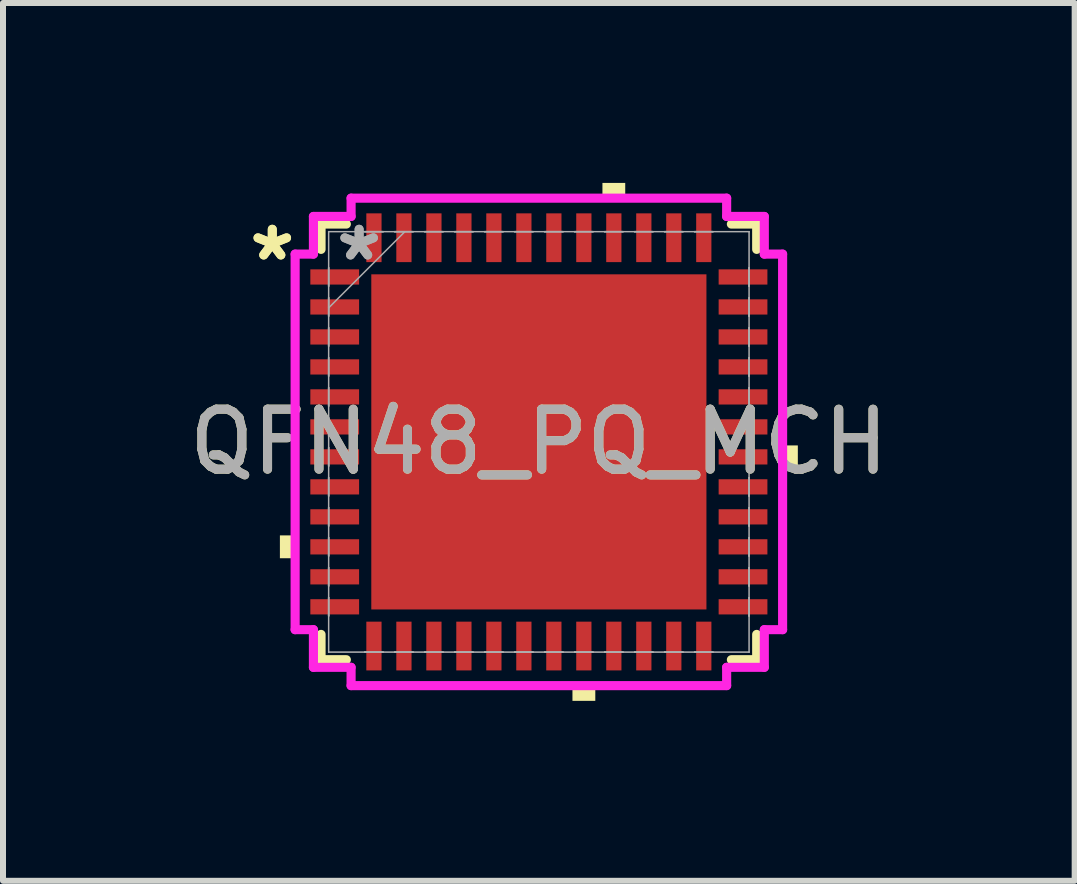
<source format=kicad_pcb>
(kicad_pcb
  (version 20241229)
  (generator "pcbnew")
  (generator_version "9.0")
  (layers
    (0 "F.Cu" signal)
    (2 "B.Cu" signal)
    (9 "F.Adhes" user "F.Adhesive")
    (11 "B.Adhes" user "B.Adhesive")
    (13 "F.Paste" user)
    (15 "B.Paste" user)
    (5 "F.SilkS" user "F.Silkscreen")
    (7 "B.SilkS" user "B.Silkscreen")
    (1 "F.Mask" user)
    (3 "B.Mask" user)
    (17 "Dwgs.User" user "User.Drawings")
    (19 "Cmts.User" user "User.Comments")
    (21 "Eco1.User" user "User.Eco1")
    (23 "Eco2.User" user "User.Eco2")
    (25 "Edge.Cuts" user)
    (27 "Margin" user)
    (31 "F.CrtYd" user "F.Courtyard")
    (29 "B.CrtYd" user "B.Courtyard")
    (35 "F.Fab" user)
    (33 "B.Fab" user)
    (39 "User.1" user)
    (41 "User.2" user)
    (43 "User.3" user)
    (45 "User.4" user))
  (footprint "QFN48_PQ_MCH"
    (layer "F.Cu")
    (at 5.935 4.318)
    (property "Reference" "QFN48_PQ_MCH" (at 0 0 0) (unlocked yes) (layer "F.SilkS") (effects (font (size 1 1) (thickness 0.15))))
    (attr smd)
    (fp_line (start -3.632 -3.632) (end -3.632 -3.21) (stroke (width 0.152) (type solid)) (layer "F.SilkS"))
    (fp_line (start -3.632 3.21) (end -3.632 3.632) (stroke (width 0.152) (type solid)) (layer "F.SilkS"))
    (fp_line (start -3.632 3.632) (end -3.21 3.632) (stroke (width 0.152) (type solid)) (layer "F.SilkS"))
    (fp_line (start -3.21 -3.632) (end -3.632 -3.632) (stroke (width 0.152) (type solid)) (layer "F.SilkS"))
    (fp_line (start 3.21 3.632) (end 3.632 3.632) (stroke (width 0.152) (type solid)) (layer "F.SilkS"))
    (fp_line (start 3.632 -3.632) (end 3.21 -3.632) (stroke (width 0.152) (type solid)) (layer "F.SilkS"))
    (fp_line (start 3.632 -3.21) (end 3.632 -3.632) (stroke (width 0.152) (type solid)) (layer "F.SilkS"))
    (fp_line (start 3.632 3.632) (end 3.632 3.21) (stroke (width 0.152) (type solid)) (layer "F.SilkS"))
    (fp_poly (pts (xy -4.318 1.559) (xy -4.318 1.94) (xy -4.064 1.94) (xy -4.064 1.559)) (stroke (width 0) (type solid)) (fill yes) (layer "F.SilkS"))
    (fp_poly (pts (xy 0.56 4.064) (xy 0.56 4.318) (xy 0.941 4.318) (xy 0.941 4.064)) (stroke (width 0) (type solid)) (fill yes) (layer "F.SilkS"))
    (fp_poly (pts (xy 1.06 -4.064) (xy 1.06 -4.318) (xy 1.44 -4.318) (xy 1.44 -4.064)) (stroke (width 0) (type solid)) (fill yes) (layer "F.SilkS"))
    (fp_poly (pts (xy 4.318 0.059) (xy 4.318 0.441) (xy 4.064 0.441) (xy 4.064 0.059)) (stroke (width 0) (type solid)) (fill yes) (layer "F.SilkS"))
    (fp_poly (pts (xy -2.694 -2.694) (xy -2.694 -1.497) (xy -1.497 -1.497) (xy -1.497 -2.694)) (stroke (width 0) (type solid)) (fill yes) (layer "F.Paste"))
    (fp_poly (pts (xy -2.694 -1.297) (xy -2.694 -0.1) (xy -1.497 -0.1) (xy -1.497 -1.297)) (stroke (width 0) (type solid)) (fill yes) (layer "F.Paste"))
    (fp_poly (pts (xy -2.694 0.1) (xy -2.694 1.297) (xy -1.497 1.297) (xy -1.497 0.1)) (stroke (width 0) (type solid)) (fill yes) (layer "F.Paste"))
    (fp_poly (pts (xy -2.694 1.497) (xy -2.694 2.694) (xy -1.497 2.694) (xy -1.497 1.497)) (stroke (width 0) (type solid)) (fill yes) (layer "F.Paste"))
    (fp_poly (pts (xy -1.297 -2.694) (xy -1.297 -1.497) (xy -0.1 -1.497) (xy -0.1 -2.694)) (stroke (width 0) (type solid)) (fill yes) (layer "F.Paste"))
    (fp_poly (pts (xy -1.297 -1.297) (xy -1.297 -0.1) (xy -0.1 -0.1) (xy -0.1 -1.297)) (stroke (width 0) (type solid)) (fill yes) (layer "F.Paste"))
    (fp_poly (pts (xy -1.297 0.1) (xy -1.297 1.297) (xy -0.1 1.297) (xy -0.1 0.1)) (stroke (width 0) (type solid)) (fill yes) (layer "F.Paste"))
    (fp_poly (pts (xy -1.297 1.497) (xy -1.297 2.694) (xy -0.1 2.694) (xy -0.1 1.497)) (stroke (width 0) (type solid)) (fill yes) (layer "F.Paste"))
    (fp_poly (pts (xy 0.1 -2.694) (xy 0.1 -1.497) (xy 1.297 -1.497) (xy 1.297 -2.694)) (stroke (width 0) (type solid)) (fill yes) (layer "F.Paste"))
    (fp_poly (pts (xy 0.1 -1.297) (xy 0.1 -0.1) (xy 1.297 -0.1) (xy 1.297 -1.297)) (stroke (width 0) (type solid)) (fill yes) (layer "F.Paste"))
    (fp_poly (pts (xy 0.1 0.1) (xy 0.1 1.297) (xy 1.297 1.297) (xy 1.297 0.1)) (stroke (width 0) (type solid)) (fill yes) (layer "F.Paste"))
    (fp_poly (pts (xy 0.1 1.497) (xy 0.1 2.694) (xy 1.297 2.694) (xy 1.297 1.497)) (stroke (width 0) (type solid)) (fill yes) (layer "F.Paste"))
    (fp_poly (pts (xy 1.497 -2.694) (xy 1.497 -1.497) (xy 2.694 -1.497) (xy 2.694 -2.694)) (stroke (width 0) (type solid)) (fill yes) (layer "F.Paste"))
    (fp_poly (pts (xy 1.497 -1.297) (xy 1.497 -0.1) (xy 2.694 -0.1) (xy 2.694 -1.297)) (stroke (width 0) (type solid)) (fill yes) (layer "F.Paste"))
    (fp_poly (pts (xy 1.497 0.1) (xy 1.497 1.297) (xy 2.694 1.297) (xy 2.694 0.1)) (stroke (width 0) (type solid)) (fill yes) (layer "F.Paste"))
    (fp_poly (pts (xy 1.497 1.497) (xy 1.497 2.694) (xy 2.694 2.694) (xy 2.694 1.497)) (stroke (width 0) (type solid)) (fill yes) (layer "F.Paste"))
    (fp_line (start -4.064 -3.131) (end -3.759 -3.131) (stroke (width 0.152) (type solid)) (layer "F.CrtYd"))
    (fp_line (start -4.064 3.131) (end -4.064 -3.131) (stroke (width 0.152) (type solid)) (layer "F.CrtYd"))
    (fp_line (start -3.759 -3.759) (end -3.131 -3.759) (stroke (width 0.152) (type solid)) (layer "F.CrtYd"))
    (fp_line (start -3.759 -3.131) (end -3.759 -3.759) (stroke (width 0.152) (type solid)) (layer "F.CrtYd"))
    (fp_line (start -3.759 3.131) (end -4.064 3.131) (stroke (width 0.152) (type solid)) (layer "F.CrtYd"))
    (fp_line (start -3.759 3.759) (end -3.759 3.131) (stroke (width 0.152) (type solid)) (layer "F.CrtYd"))
    (fp_line (start -3.131 -4.064) (end 3.131 -4.064) (stroke (width 0.152) (type solid)) (layer "F.CrtYd"))
    (fp_line (start -3.131 -3.759) (end -3.131 -4.064) (stroke (width 0.152) (type solid)) (layer "F.CrtYd"))
    (fp_line (start -3.131 3.759) (end -3.759 3.759) (stroke (width 0.152) (type solid)) (layer "F.CrtYd"))
    (fp_line (start -3.131 4.064) (end -3.131 3.759) (stroke (width 0.152) (type solid)) (layer "F.CrtYd"))
    (fp_line (start 3.131 -4.064) (end 3.131 -3.759) (stroke (width 0.152) (type solid)) (layer "F.CrtYd"))
    (fp_line (start 3.131 -3.759) (end 3.759 -3.759) (stroke (width 0.152) (type solid)) (layer "F.CrtYd"))
    (fp_line (start 3.131 3.759) (end 3.131 4.064) (stroke (width 0.152) (type solid)) (layer "F.CrtYd"))
    (fp_line (start 3.131 4.064) (end -3.131 4.064) (stroke (width 0.152) (type solid)) (layer "F.CrtYd"))
    (fp_line (start 3.759 -3.759) (end 3.759 -3.131) (stroke (width 0.152) (type solid)) (layer "F.CrtYd"))
    (fp_line (start 3.759 -3.131) (end 4.064 -3.131) (stroke (width 0.152) (type solid)) (layer "F.CrtYd"))
    (fp_line (start 3.759 3.131) (end 3.759 3.759) (stroke (width 0.152) (type solid)) (layer "F.CrtYd"))
    (fp_line (start 3.759 3.759) (end 3.131 3.759) (stroke (width 0.152) (type solid)) (layer "F.CrtYd"))
    (fp_line (start 4.064 -3.131) (end 4.064 3.131) (stroke (width 0.152) (type solid)) (layer "F.CrtYd"))
    (fp_line (start 4.064 3.131) (end 3.759 3.131) (stroke (width 0.152) (type solid)) (layer "F.CrtYd"))
    (fp_line (start -3.505 -3.505) (end -3.505 -3.505) (stroke (width 0.025) (type solid)) (layer "F.Fab"))
    (fp_line (start -3.505 -3.505) (end -3.505 3.505) (stroke (width 0.025) (type solid)) (layer "F.Fab"))
    (fp_line (start -3.505 -2.902) (end -3.505 -2.902) (stroke (width 0.025) (type solid)) (layer "F.Fab"))
    (fp_line (start -3.505 -2.902) (end -3.505 -2.598) (stroke (width 0.025) (type solid)) (layer "F.Fab"))
    (fp_line (start -3.505 -2.598) (end -3.505 -2.902) (stroke (width 0.025) (type solid)) (layer "F.Fab"))
    (fp_line (start -3.505 -2.598) (end -3.505 -2.598) (stroke (width 0.025) (type solid)) (layer "F.Fab"))
    (fp_line (start -3.505 -2.402) (end -3.505 -2.402) (stroke (width 0.025) (type solid)) (layer "F.Fab"))
    (fp_line (start -3.505 -2.402) (end -3.505 -2.098) (stroke (width 0.025) (type solid)) (layer "F.Fab"))
    (fp_line (start -3.505 -2.235) (end -2.235 -3.505) (stroke (width 0.025) (type solid)) (layer "F.Fab"))
    (fp_line (start -3.505 -2.098) (end -3.505 -2.402) (stroke (width 0.025) (type solid)) (layer "F.Fab"))
    (fp_line (start -3.505 -2.098) (end -3.505 -2.098) (stroke (width 0.025) (type solid)) (layer "F.Fab"))
    (fp_line (start -3.505 -1.902) (end -3.505 -1.902) (stroke (width 0.025) (type solid)) (layer "F.Fab"))
    (fp_line (start -3.505 -1.902) (end -3.505 -1.598) (stroke (width 0.025) (type solid)) (layer "F.Fab"))
    (fp_line (start -3.505 -1.598) (end -3.505 -1.902) (stroke (width 0.025) (type solid)) (layer "F.Fab"))
    (fp_line (start -3.505 -1.598) (end -3.505 -1.598) (stroke (width 0.025) (type solid)) (layer "F.Fab"))
    (fp_line (start -3.505 -1.402) (end -3.505 -1.402) (stroke (width 0.025) (type solid)) (layer "F.Fab"))
    (fp_line (start -3.505 -1.402) (end -3.505 -1.098) (stroke (width 0.025) (type solid)) (layer "F.Fab"))
    (fp_line (start -3.505 -1.098) (end -3.505 -1.402) (stroke (width 0.025) (type solid)) (layer "F.Fab"))
    (fp_line (start -3.505 -1.098) (end -3.505 -1.098) (stroke (width 0.025) (type solid)) (layer "F.Fab"))
    (fp_line (start -3.505 -0.902) (end -3.505 -0.902) (stroke (width 0.025) (type solid)) (layer "F.Fab"))
    (fp_line (start -3.505 -0.902) (end -3.505 -0.598) (stroke (width 0.025) (type solid)) (layer "F.Fab"))
    (fp_line (start -3.505 -0.598) (end -3.505 -0.902) (stroke (width 0.025) (type solid)) (layer "F.Fab"))
    (fp_line (start -3.505 -0.598) (end -3.505 -0.598) (stroke (width 0.025) (type solid)) (layer "F.Fab"))
    (fp_line (start -3.505 -0.402) (end -3.505 -0.402) (stroke (width 0.025) (type solid)) (layer "F.Fab"))
    (fp_line (start -3.505 -0.402) (end -3.505 -0.098) (stroke (width 0.025) (type solid)) (layer "F.Fab"))
    (fp_line (start -3.505 -0.098) (end -3.505 -0.402) (stroke (width 0.025) (type solid)) (layer "F.Fab"))
    (fp_line (start -3.505 -0.098) (end -3.505 -0.098) (stroke (width 0.025) (type solid)) (layer "F.Fab"))
    (fp_line (start -3.505 0.098) (end -3.505 0.098) (stroke (width 0.025) (type solid)) (layer "F.Fab"))
    (fp_line (start -3.505 0.098) (end -3.505 0.402) (stroke (width 0.025) (type solid)) (layer "F.Fab"))
    (fp_line (start -3.505 0.402) (end -3.505 0.098) (stroke (width 0.025) (type solid)) (layer "F.Fab"))
    (fp_line (start -3.505 0.402) (end -3.505 0.402) (stroke (width 0.025) (type solid)) (layer "F.Fab"))
    (fp_line (start -3.505 0.598) (end -3.505 0.598) (stroke (width 0.025) (type solid)) (layer "F.Fab"))
    (fp_line (start -3.505 0.598) (end -3.505 0.902) (stroke (width 0.025) (type solid)) (layer "F.Fab"))
    (fp_line (start -3.505 0.902) (end -3.505 0.598) (stroke (width 0.025) (type solid)) (layer "F.Fab"))
    (fp_line (start -3.505 0.902) (end -3.505 0.902) (stroke (width 0.025) (type solid)) (layer "F.Fab"))
    (fp_line (start -3.505 1.098) (end -3.505 1.098) (stroke (width 0.025) (type solid)) (layer "F.Fab"))
    (fp_line (start -3.505 1.098) (end -3.505 1.402) (stroke (width 0.025) (type solid)) (layer "F.Fab"))
    (fp_line (start -3.505 1.402) (end -3.505 1.098) (stroke (width 0.025) (type solid)) (layer "F.Fab"))
    (fp_line (start -3.505 1.402) (end -3.505 1.402) (stroke (width 0.025) (type solid)) (layer "F.Fab"))
    (fp_line (start -3.505 1.598) (end -3.505 1.598) (stroke (width 0.025) (type solid)) (layer "F.Fab"))
    (fp_line (start -3.505 1.598) (end -3.505 1.902) (stroke (width 0.025) (type solid)) (layer "F.Fab"))
    (fp_line (start -3.505 1.902) (end -3.505 1.598) (stroke (width 0.025) (type solid)) (layer "F.Fab"))
    (fp_line (start -3.505 1.902) (end -3.505 1.902) (stroke (width 0.025) (type solid)) (layer "F.Fab"))
    (fp_line (start -3.505 2.098) (end -3.505 2.098) (stroke (width 0.025) (type solid)) (layer "F.Fab"))
    (fp_line (start -3.505 2.098) (end -3.505 2.402) (stroke (width 0.025) (type solid)) (layer "F.Fab"))
    (fp_line (start -3.505 2.402) (end -3.505 2.098) (stroke (width 0.025) (type solid)) (layer "F.Fab"))
    (fp_line (start -3.505 2.402) (end -3.505 2.402) (stroke (width 0.025) (type solid)) (layer "F.Fab"))
    (fp_line (start -3.505 2.598) (end -3.505 2.598) (stroke (width 0.025) (type solid)) (layer "F.Fab"))
    (fp_line (start -3.505 2.598) (end -3.505 2.902) (stroke (width 0.025) (type solid)) (layer "F.Fab"))
    (fp_line (start -3.505 2.902) (end -3.505 2.598) (stroke (width 0.025) (type solid)) (layer "F.Fab"))
    (fp_line (start -3.505 2.902) (end -3.505 2.902) (stroke (width 0.025) (type solid)) (layer "F.Fab"))
    (fp_line (start -3.505 3.505) (end -3.505 3.505) (stroke (width 0.025) (type solid)) (layer "F.Fab"))
    (fp_line (start -3.505 3.505) (end 3.505 3.505) (stroke (width 0.025) (type solid)) (layer "F.Fab"))
    (fp_line (start -2.902 -3.505) (end -2.902 -3.505) (stroke (width 0.025) (type solid)) (layer "F.Fab"))
    (fp_line (start -2.902 -3.505) (end -2.598 -3.505) (stroke (width 0.025) (type solid)) (layer "F.Fab"))
    (fp_line (start -2.902 3.505) (end -2.902 3.505) (stroke (width 0.025) (type solid)) (layer "F.Fab"))
    (fp_line (start -2.902 3.505) (end -2.598 3.505) (stroke (width 0.025) (type solid)) (layer "F.Fab"))
    (fp_line (start -2.598 -3.505) (end -2.902 -3.505) (stroke (width 0.025) (type solid)) (layer "F.Fab"))
    (fp_line (start -2.598 -3.505) (end -2.598 -3.505) (stroke (width 0.025) (type solid)) (layer "F.Fab"))
    (fp_line (start -2.598 3.505) (end -2.902 3.505) (stroke (width 0.025) (type solid)) (layer "F.Fab"))
    (fp_line (start -2.598 3.505) (end -2.598 3.505) (stroke (width 0.025) (type solid)) (layer "F.Fab"))
    (fp_line (start -2.402 -3.505) (end -2.402 -3.505) (stroke (width 0.025) (type solid)) (layer "F.Fab"))
    (fp_line (start -2.402 -3.505) (end -2.098 -3.505) (stroke (width 0.025) (type solid)) (layer "F.Fab"))
    (fp_line (start -2.402 3.505) (end -2.402 3.505) (stroke (width 0.025) (type solid)) (layer "F.Fab"))
    (fp_line (start -2.402 3.505) (end -2.098 3.505) (stroke (width 0.025) (type solid)) (layer "F.Fab"))
    (fp_line (start -2.098 -3.505) (end -2.402 -3.505) (stroke (width 0.025) (type solid)) (layer "F.Fab"))
    (fp_line (start -2.098 -3.505) (end -2.098 -3.505) (stroke (width 0.025) (type solid)) (layer "F.Fab"))
    (fp_line (start -2.098 3.505) (end -2.402 3.505) (stroke (width 0.025) (type solid)) (layer "F.Fab"))
    (fp_line (start -2.098 3.505) (end -2.098 3.505) (stroke (width 0.025) (type solid)) (layer "F.Fab"))
    (fp_line (start -1.902 -3.505) (end -1.902 -3.505) (stroke (width 0.025) (type solid)) (layer "F.Fab"))
    (fp_line (start -1.902 -3.505) (end -1.598 -3.505) (stroke (width 0.025) (type solid)) (layer "F.Fab"))
    (fp_line (start -1.902 3.505) (end -1.902 3.505) (stroke (width 0.025) (type solid)) (layer "F.Fab"))
    (fp_line (start -1.902 3.505) (end -1.598 3.505) (stroke (width 0.025) (type solid)) (layer "F.Fab"))
    (fp_line (start -1.598 -3.505) (end -1.902 -3.505) (stroke (width 0.025) (type solid)) (layer "F.Fab"))
    (fp_line (start -1.598 -3.505) (end -1.598 -3.505) (stroke (width 0.025) (type solid)) (layer "F.Fab"))
    (fp_line (start -1.598 3.505) (end -1.902 3.505) (stroke (width 0.025) (type solid)) (layer "F.Fab"))
    (fp_line (start -1.598 3.505) (end -1.598 3.505) (stroke (width 0.025) (type solid)) (layer "F.Fab"))
    (fp_line (start -1.402 -3.505) (end -1.402 -3.505) (stroke (width 0.025) (type solid)) (layer "F.Fab"))
    (fp_line (start -1.402 -3.505) (end -1.098 -3.505) (stroke (width 0.025) (type solid)) (layer "F.Fab"))
    (fp_line (start -1.402 3.505) (end -1.402 3.505) (stroke (width 0.025) (type solid)) (layer "F.Fab"))
    (fp_line (start -1.402 3.505) (end -1.098 3.505) (stroke (width 0.025) (type solid)) (layer "F.Fab"))
    (fp_line (start -1.098 -3.505) (end -1.402 -3.505) (stroke (width 0.025) (type solid)) (layer "F.Fab"))
    (fp_line (start -1.098 -3.505) (end -1.098 -3.505) (stroke (width 0.025) (type solid)) (layer "F.Fab"))
    (fp_line (start -1.098 3.505) (end -1.402 3.505) (stroke (width 0.025) (type solid)) (layer "F.Fab"))
    (fp_line (start -1.098 3.505) (end -1.098 3.505) (stroke (width 0.025) (type solid)) (layer "F.Fab"))
    (fp_line (start -0.902 -3.505) (end -0.902 -3.505) (stroke (width 0.025) (type solid)) (layer "F.Fab"))
    (fp_line (start -0.902 -3.505) (end -0.598 -3.505) (stroke (width 0.025) (type solid)) (layer "F.Fab"))
    (fp_line (start -0.902 3.505) (end -0.902 3.505) (stroke (width 0.025) (type solid)) (layer "F.Fab"))
    (fp_line (start -0.902 3.505) (end -0.598 3.505) (stroke (width 0.025) (type solid)) (layer "F.Fab"))
    (fp_line (start -0.598 -3.505) (end -0.902 -3.505) (stroke (width 0.025) (type solid)) (layer "F.Fab"))
    (fp_line (start -0.598 -3.505) (end -0.598 -3.505) (stroke (width 0.025) (type solid)) (layer "F.Fab"))
    (fp_line (start -0.598 3.505) (end -0.902 3.505) (stroke (width 0.025) (type solid)) (layer "F.Fab"))
    (fp_line (start -0.598 3.505) (end -0.598 3.505) (stroke (width 0.025) (type solid)) (layer "F.Fab"))
    (fp_line (start -0.402 -3.505) (end -0.402 -3.505) (stroke (width 0.025) (type solid)) (layer "F.Fab"))
    (fp_line (start -0.402 -3.505) (end -0.098 -3.505) (stroke (width 0.025) (type solid)) (layer "F.Fab"))
    (fp_line (start -0.402 3.505) (end -0.402 3.505) (stroke (width 0.025) (type solid)) (layer "F.Fab"))
    (fp_line (start -0.402 3.505) (end -0.098 3.505) (stroke (width 0.025) (type solid)) (layer "F.Fab"))
    (fp_line (start -0.098 -3.505) (end -0.402 -3.505) (stroke (width 0.025) (type solid)) (layer "F.Fab"))
    (fp_line (start -0.098 -3.505) (end -0.098 -3.505) (stroke (width 0.025) (type solid)) (layer "F.Fab"))
    (fp_line (start -0.098 3.505) (end -0.402 3.505) (stroke (width 0.025) (type solid)) (layer "F.Fab"))
    (fp_line (start -0.098 3.505) (end -0.098 3.505) (stroke (width 0.025) (type solid)) (layer "F.Fab"))
    (fp_line (start 0.098 -3.505) (end 0.098 -3.505) (stroke (width 0.025) (type solid)) (layer "F.Fab"))
    (fp_line (start 0.098 -3.505) (end 0.402 -3.505) (stroke (width 0.025) (type solid)) (layer "F.Fab"))
    (fp_line (start 0.098 3.505) (end 0.098 3.505) (stroke (width 0.025) (type solid)) (layer "F.Fab"))
    (fp_line (start 0.098 3.505) (end 0.402 3.505) (stroke (width 0.025) (type solid)) (layer "F.Fab"))
    (fp_line (start 0.402 -3.505) (end 0.098 -3.505) (stroke (width 0.025) (type solid)) (layer "F.Fab"))
    (fp_line (start 0.402 -3.505) (end 0.402 -3.505) (stroke (width 0.025) (type solid)) (layer "F.Fab"))
    (fp_line (start 0.402 3.505) (end 0.098 3.505) (stroke (width 0.025) (type solid)) (layer "F.Fab"))
    (fp_line (start 0.402 3.505) (end 0.402 3.505) (stroke (width 0.025) (type solid)) (layer "F.Fab"))
    (fp_line (start 0.598 -3.505) (end 0.598 -3.505) (stroke (width 0.025) (type solid)) (layer "F.Fab"))
    (fp_line (start 0.598 -3.505) (end 0.902 -3.505) (stroke (width 0.025) (type solid)) (layer "F.Fab"))
    (fp_line (start 0.598 3.505) (end 0.598 3.505) (stroke (width 0.025) (type solid)) (layer "F.Fab"))
    (fp_line (start 0.598 3.505) (end 0.902 3.505) (stroke (width 0.025) (type solid)) (layer "F.Fab"))
    (fp_line (start 0.902 -3.505) (end 0.598 -3.505) (stroke (width 0.025) (type solid)) (layer "F.Fab"))
    (fp_line (start 0.902 -3.505) (end 0.902 -3.505) (stroke (width 0.025) (type solid)) (layer "F.Fab"))
    (fp_line (start 0.902 3.505) (end 0.598 3.505) (stroke (width 0.025) (type solid)) (layer "F.Fab"))
    (fp_line (start 0.902 3.505) (end 0.902 3.505) (stroke (width 0.025) (type solid)) (layer "F.Fab"))
    (fp_line (start 1.098 -3.505) (end 1.098 -3.505) (stroke (width 0.025) (type solid)) (layer "F.Fab"))
    (fp_line (start 1.098 -3.505) (end 1.402 -3.505) (stroke (width 0.025) (type solid)) (layer "F.Fab"))
    (fp_line (start 1.098 3.505) (end 1.098 3.505) (stroke (width 0.025) (type solid)) (layer "F.Fab"))
    (fp_line (start 1.098 3.505) (end 1.402 3.505) (stroke (width 0.025) (type solid)) (layer "F.Fab"))
    (fp_line (start 1.402 -3.505) (end 1.098 -3.505) (stroke (width 0.025) (type solid)) (layer "F.Fab"))
    (fp_line (start 1.402 -3.505) (end 1.402 -3.505) (stroke (width 0.025) (type solid)) (layer "F.Fab"))
    (fp_line (start 1.402 3.505) (end 1.098 3.505) (stroke (width 0.025) (type solid)) (layer "F.Fab"))
    (fp_line (start 1.402 3.505) (end 1.402 3.505) (stroke (width 0.025) (type solid)) (layer "F.Fab"))
    (fp_line (start 1.598 -3.505) (end 1.598 -3.505) (stroke (width 0.025) (type solid)) (layer "F.Fab"))
    (fp_line (start 1.598 -3.505) (end 1.902 -3.505) (stroke (width 0.025) (type solid)) (layer "F.Fab"))
    (fp_line (start 1.598 3.505) (end 1.598 3.505) (stroke (width 0.025) (type solid)) (layer "F.Fab"))
    (fp_line (start 1.598 3.505) (end 1.902 3.505) (stroke (width 0.025) (type solid)) (layer "F.Fab"))
    (fp_line (start 1.902 -3.505) (end 1.598 -3.505) (stroke (width 0.025) (type solid)) (layer "F.Fab"))
    (fp_line (start 1.902 -3.505) (end 1.902 -3.505) (stroke (width 0.025) (type solid)) (layer "F.Fab"))
    (fp_line (start 1.902 3.505) (end 1.598 3.505) (stroke (width 0.025) (type solid)) (layer "F.Fab"))
    (fp_line (start 1.902 3.505) (end 1.902 3.505) (stroke (width 0.025) (type solid)) (layer "F.Fab"))
    (fp_line (start 2.098 -3.505) (end 2.098 -3.505) (stroke (width 0.025) (type solid)) (layer "F.Fab"))
    (fp_line (start 2.098 -3.505) (end 2.402 -3.505) (stroke (width 0.025) (type solid)) (layer "F.Fab"))
    (fp_line (start 2.098 3.505) (end 2.098 3.505) (stroke (width 0.025) (type solid)) (layer "F.Fab"))
    (fp_line (start 2.098 3.505) (end 2.402 3.505) (stroke (width 0.025) (type solid)) (layer "F.Fab"))
    (fp_line (start 2.402 -3.505) (end 2.098 -3.505) (stroke (width 0.025) (type solid)) (layer "F.Fab"))
    (fp_line (start 2.402 -3.505) (end 2.402 -3.505) (stroke (width 0.025) (type solid)) (layer "F.Fab"))
    (fp_line (start 2.402 3.505) (end 2.098 3.505) (stroke (width 0.025) (type solid)) (layer "F.Fab"))
    (fp_line (start 2.402 3.505) (end 2.402 3.505) (stroke (width 0.025) (type solid)) (layer "F.Fab"))
    (fp_line (start 2.598 -3.505) (end 2.598 -3.505) (stroke (width 0.025) (type solid)) (layer "F.Fab"))
    (fp_line (start 2.598 -3.505) (end 2.902 -3.505) (stroke (width 0.025) (type solid)) (layer "F.Fab"))
    (fp_line (start 2.598 3.505) (end 2.598 3.505) (stroke (width 0.025) (type solid)) (layer "F.Fab"))
    (fp_line (start 2.598 3.505) (end 2.902 3.505) (stroke (width 0.025) (type solid)) (layer "F.Fab"))
    (fp_line (start 2.902 -3.505) (end 2.598 -3.505) (stroke (width 0.025) (type solid)) (layer "F.Fab"))
    (fp_line (start 2.902 -3.505) (end 2.902 -3.505) (stroke (width 0.025) (type solid)) (layer "F.Fab"))
    (fp_line (start 2.902 3.505) (end 2.598 3.505) (stroke (width 0.025) (type solid)) (layer "F.Fab"))
    (fp_line (start 2.902 3.505) (end 2.902 3.505) (stroke (width 0.025) (type solid)) (layer "F.Fab"))
    (fp_line (start 3.505 -3.505) (end -3.505 -3.505) (stroke (width 0.025) (type solid)) (layer "F.Fab"))
    (fp_line (start 3.505 -3.505) (end 3.505 -3.505) (stroke (width 0.025) (type solid)) (layer "F.Fab"))
    (fp_line (start 3.505 -2.902) (end 3.505 -2.902) (stroke (width 0.025) (type solid)) (layer "F.Fab"))
    (fp_line (start 3.505 -2.902) (end 3.505 -2.598) (stroke (width 0.025) (type solid)) (layer "F.Fab"))
    (fp_line (start 3.505 -2.598) (end 3.505 -2.902) (stroke (width 0.025) (type solid)) (layer "F.Fab"))
    (fp_line (start 3.505 -2.598) (end 3.505 -2.598) (stroke (width 0.025) (type solid)) (layer "F.Fab"))
    (fp_line (start 3.505 -2.402) (end 3.505 -2.402) (stroke (width 0.025) (type solid)) (layer "F.Fab"))
    (fp_line (start 3.505 -2.402) (end 3.505 -2.098) (stroke (width 0.025) (type solid)) (layer "F.Fab"))
    (fp_line (start 3.505 -2.098) (end 3.505 -2.402) (stroke (width 0.025) (type solid)) (layer "F.Fab"))
    (fp_line (start 3.505 -2.098) (end 3.505 -2.098) (stroke (width 0.025) (type solid)) (layer "F.Fab"))
    (fp_line (start 3.505 -1.902) (end 3.505 -1.902) (stroke (width 0.025) (type solid)) (layer "F.Fab"))
    (fp_line (start 3.505 -1.902) (end 3.505 -1.598) (stroke (width 0.025) (type solid)) (layer "F.Fab"))
    (fp_line (start 3.505 -1.598) (end 3.505 -1.902) (stroke (width 0.025) (type solid)) (layer "F.Fab"))
    (fp_line (start 3.505 -1.598) (end 3.505 -1.598) (stroke (width 0.025) (type solid)) (layer "F.Fab"))
    (fp_line (start 3.505 -1.402) (end 3.505 -1.402) (stroke (width 0.025) (type solid)) (layer "F.Fab"))
    (fp_line (start 3.505 -1.402) (end 3.505 -1.098) (stroke (width 0.025) (type solid)) (layer "F.Fab"))
    (fp_line (start 3.505 -1.098) (end 3.505 -1.402) (stroke (width 0.025) (type solid)) (layer "F.Fab"))
    (fp_line (start 3.505 -1.098) (end 3.505 -1.098) (stroke (width 0.025) (type solid)) (layer "F.Fab"))
    (fp_line (start 3.505 -0.902) (end 3.505 -0.902) (stroke (width 0.025) (type solid)) (layer "F.Fab"))
    (fp_line (start 3.505 -0.902) (end 3.505 -0.598) (stroke (width 0.025) (type solid)) (layer "F.Fab"))
    (fp_line (start 3.505 -0.598) (end 3.505 -0.902) (stroke (width 0.025) (type solid)) (layer "F.Fab"))
    (fp_line (start 3.505 -0.598) (end 3.505 -0.598) (stroke (width 0.025) (type solid)) (layer "F.Fab"))
    (fp_line (start 3.505 -0.402) (end 3.505 -0.402) (stroke (width 0.025) (type solid)) (layer "F.Fab"))
    (fp_line (start 3.505 -0.402) (end 3.505 -0.098) (stroke (width 0.025) (type solid)) (layer "F.Fab"))
    (fp_line (start 3.505 -0.098) (end 3.505 -0.402) (stroke (width 0.025) (type solid)) (layer "F.Fab"))
    (fp_line (start 3.505 -0.098) (end 3.505 -0.098) (stroke (width 0.025) (type solid)) (layer "F.Fab"))
    (fp_line (start 3.505 0.098) (end 3.505 0.098) (stroke (width 0.025) (type solid)) (layer "F.Fab"))
    (fp_line (start 3.505 0.098) (end 3.505 0.402) (stroke (width 0.025) (type solid)) (layer "F.Fab"))
    (fp_line (start 3.505 0.402) (end 3.505 0.098) (stroke (width 0.025) (type solid)) (layer "F.Fab"))
    (fp_line (start 3.505 0.402) (end 3.505 0.402) (stroke (width 0.025) (type solid)) (layer "F.Fab"))
    (fp_line (start 3.505 0.598) (end 3.505 0.598) (stroke (width 0.025) (type solid)) (layer "F.Fab"))
    (fp_line (start 3.505 0.598) (end 3.505 0.902) (stroke (width 0.025) (type solid)) (layer "F.Fab"))
    (fp_line (start 3.505 0.902) (end 3.505 0.598) (stroke (width 0.025) (type solid)) (layer "F.Fab"))
    (fp_line (start 3.505 0.902) (end 3.505 0.902) (stroke (width 0.025) (type solid)) (layer "F.Fab"))
    (fp_line (start 3.505 1.098) (end 3.505 1.098) (stroke (width 0.025) (type solid)) (layer "F.Fab"))
    (fp_line (start 3.505 1.098) (end 3.505 1.402) (stroke (width 0.025) (type solid)) (layer "F.Fab"))
    (fp_line (start 3.505 1.402) (end 3.505 1.098) (stroke (width 0.025) (type solid)) (layer "F.Fab"))
    (fp_line (start 3.505 1.402) (end 3.505 1.402) (stroke (width 0.025) (type solid)) (layer "F.Fab"))
    (fp_line (start 3.505 1.598) (end 3.505 1.598) (stroke (width 0.025) (type solid)) (layer "F.Fab"))
    (fp_line (start 3.505 1.598) (end 3.505 1.902) (stroke (width 0.025) (type solid)) (layer "F.Fab"))
    (fp_line (start 3.505 1.902) (end 3.505 1.598) (stroke (width 0.025) (type solid)) (layer "F.Fab"))
    (fp_line (start 3.505 1.902) (end 3.505 1.902) (stroke (width 0.025) (type solid)) (layer "F.Fab"))
    (fp_line (start 3.505 2.098) (end 3.505 2.098) (stroke (width 0.025) (type solid)) (layer "F.Fab"))
    (fp_line (start 3.505 2.098) (end 3.505 2.402) (stroke (width 0.025) (type solid)) (layer "F.Fab"))
    (fp_line (start 3.505 2.402) (end 3.505 2.098) (stroke (width 0.025) (type solid)) (layer "F.Fab"))
    (fp_line (start 3.505 2.402) (end 3.505 2.402) (stroke (width 0.025) (type solid)) (layer "F.Fab"))
    (fp_line (start 3.505 2.598) (end 3.505 2.598) (stroke (width 0.025) (type solid)) (layer "F.Fab"))
    (fp_line (start 3.505 2.598) (end 3.505 2.902) (stroke (width 0.025) (type solid)) (layer "F.Fab"))
    (fp_line (start 3.505 2.902) (end 3.505 2.598) (stroke (width 0.025) (type solid)) (layer "F.Fab"))
    (fp_line (start 3.505 2.902) (end 3.505 2.902) (stroke (width 0.025) (type solid)) (layer "F.Fab"))
    (fp_line (start 3.505 3.505) (end 3.505 -3.505) (stroke (width 0.025) (type solid)) (layer "F.Fab"))
    (fp_line (start 3.505 3.505) (end 3.505 3.505) (stroke (width 0.025) (type solid)) (layer "F.Fab"))
    (fp_text user "*" (at -4.445 -3 0) (layer "F.SilkS") (effects (font (size 1 1) (thickness 0.15))))
    (fp_text user "*" (at -4.445 -3 0) (unlocked yes) (layer "F.SilkS") (effects (font (size 1 1) (thickness 0.15))))
    (fp_text user "*" (at -2.997 -3 0) (layer "F.Fab") (effects (font (size 1 1) (thickness 0.15))))
    (fp_text user "${REFERENCE}" (at 0 0 0) (unlocked yes) (layer "F.Fab") (effects (font (size 1 1) (thickness 0.15))))
    (fp_text user "*" (at -2.997 -3 0) (unlocked yes) (layer "F.Fab") (effects (font (size 1 1) (thickness 0.15))))
    (pad "1" smd rect (at -3.404 -2.75 90) (size 0.254 0.813) (layers "F.Cu" "F.Mask" "F.Paste"))
    (pad "2" smd rect (at -3.404 -2.25 90) (size 0.254 0.813) (layers "F.Cu" "F.Mask" "F.Paste"))
    (pad "3" smd rect (at -3.404 -1.75 90) (size 0.254 0.813) (layers "F.Cu" "F.Mask" "F.Paste"))
    (pad "4" smd rect (at -3.404 -1.25 90) (size 0.254 0.813) (layers "F.Cu" "F.Mask" "F.Paste"))
    (pad "5" smd rect (at -3.404 -0.75 90) (size 0.254 0.813) (layers "F.Cu" "F.Mask" "F.Paste"))
    (pad "6" smd rect (at -3.404 -0.25 90) (size 0.254 0.813) (layers "F.Cu" "F.Mask" "F.Paste"))
    (pad "7" smd rect (at -3.404 0.25 90) (size 0.254 0.813) (layers "F.Cu" "F.Mask" "F.Paste"))
    (pad "8" smd rect (at -3.404 0.75 90) (size 0.254 0.813) (layers "F.Cu" "F.Mask" "F.Paste"))
    (pad "9" smd rect (at -3.404 1.25 90) (size 0.254 0.813) (layers "F.Cu" "F.Mask" "F.Paste"))
    (pad "10" smd rect (at -3.404 1.75 90) (size 0.254 0.813) (layers "F.Cu" "F.Mask" "F.Paste"))
    (pad "11" smd rect (at -3.404 2.25 90) (size 0.254 0.813) (layers "F.Cu" "F.Mask" "F.Paste"))
    (pad "12" smd rect (at -3.404 2.75 90) (size 0.254 0.813) (layers "F.Cu" "F.Mask" "F.Paste"))
    (pad "13" smd rect (at -2.75 3.404) (size 0.254 0.813) (layers "F.Cu" "F.Mask" "F.Paste"))
    (pad "14" smd rect (at -2.25 3.404) (size 0.254 0.813) (layers "F.Cu" "F.Mask" "F.Paste"))
    (pad "15" smd rect (at -1.75 3.404) (size 0.254 0.813) (layers "F.Cu" "F.Mask" "F.Paste"))
    (pad "16" smd rect (at -1.25 3.404) (size 0.254 0.813) (layers "F.Cu" "F.Mask" "F.Paste"))
    (pad "17" smd rect (at -0.75 3.404) (size 0.254 0.813) (layers "F.Cu" "F.Mask" "F.Paste"))
    (pad "18" smd rect (at -0.25 3.404) (size 0.254 0.813) (layers "F.Cu" "F.Mask" "F.Paste"))
    (pad "19" smd rect (at 0.25 3.404) (size 0.254 0.813) (layers "F.Cu" "F.Mask" "F.Paste"))
    (pad "20" smd rect (at 0.75 3.404) (size 0.254 0.813) (layers "F.Cu" "F.Mask" "F.Paste"))
    (pad "21" smd rect (at 1.25 3.404) (size 0.254 0.813) (layers "F.Cu" "F.Mask" "F.Paste"))
    (pad "22" smd rect (at 1.75 3.404) (size 0.254 0.813) (layers "F.Cu" "F.Mask" "F.Paste"))
    (pad "23" smd rect (at 2.25 3.404) (size 0.254 0.813) (layers "F.Cu" "F.Mask" "F.Paste"))
    (pad "24" smd rect (at 2.75 3.404) (size 0.254 0.813) (layers "F.Cu" "F.Mask" "F.Paste"))
    (pad "25" smd rect (at 3.404 2.75 90) (size 0.254 0.813) (layers "F.Cu" "F.Mask" "F.Paste"))
    (pad "26" smd rect (at 3.404 2.25 90) (size 0.254 0.813) (layers "F.Cu" "F.Mask" "F.Paste"))
    (pad "27" smd rect (at 3.404 1.75 90) (size 0.254 0.813) (layers "F.Cu" "F.Mask" "F.Paste"))
    (pad "28" smd rect (at 3.404 1.25 90) (size 0.254 0.813) (layers "F.Cu" "F.Mask" "F.Paste"))
    (pad "29" smd rect (at 3.404 0.75 90) (size 0.254 0.813) (layers "F.Cu" "F.Mask" "F.Paste"))
    (pad "30" smd rect (at 3.404 0.25 90) (size 0.254 0.813) (layers "F.Cu" "F.Mask" "F.Paste"))
    (pad "31" smd rect (at 3.404 -0.25 90) (size 0.254 0.813) (layers "F.Cu" "F.Mask" "F.Paste"))
    (pad "32" smd rect (at 3.404 -0.75 90) (size 0.254 0.813) (layers "F.Cu" "F.Mask" "F.Paste"))
    (pad "33" smd rect (at 3.404 -1.25 90) (size 0.254 0.813) (layers "F.Cu" "F.Mask" "F.Paste"))
    (pad "34" smd rect (at 3.404 -1.75 90) (size 0.254 0.813) (layers "F.Cu" "F.Mask" "F.Paste"))
    (pad "35" smd rect (at 3.404 -2.25 90) (size 0.254 0.813) (layers "F.Cu" "F.Mask" "F.Paste"))
    (pad "36" smd rect (at 3.404 -2.75 90) (size 0.254 0.813) (layers "F.Cu" "F.Mask" "F.Paste"))
    (pad "37" smd rect (at 2.75 -3.404) (size 0.254 0.813) (layers "F.Cu" "F.Mask" "F.Paste"))
    (pad "38" smd rect (at 2.25 -3.404) (size 0.254 0.813) (layers "F.Cu" "F.Mask" "F.Paste"))
    (pad "39" smd rect (at 1.75 -3.404) (size 0.254 0.813) (layers "F.Cu" "F.Mask" "F.Paste"))
    (pad "40" smd rect (at 1.25 -3.404) (size 0.254 0.813) (layers "F.Cu" "F.Mask" "F.Paste"))
    (pad "41" smd rect (at 0.75 -3.404) (size 0.254 0.813) (layers "F.Cu" "F.Mask" "F.Paste"))
    (pad "42" smd rect (at 0.25 -3.404) (size 0.254 0.813) (layers "F.Cu" "F.Mask" "F.Paste"))
    (pad "43" smd rect (at -0.25 -3.404) (size 0.254 0.813) (layers "F.Cu" "F.Mask" "F.Paste"))
    (pad "44" smd rect (at -0.75 -3.404) (size 0.254 0.813) (layers "F.Cu" "F.Mask" "F.Paste"))
    (pad "45" smd rect (at -1.25 -3.404) (size 0.254 0.813) (layers "F.Cu" "F.Mask" "F.Paste"))
    (pad "46" smd rect (at -1.75 -3.404) (size 0.254 0.813) (layers "F.Cu" "F.Mask" "F.Paste"))
    (pad "47" smd rect (at -2.25 -3.404) (size 0.254 0.813) (layers "F.Cu" "F.Mask" "F.Paste"))
    (pad "48" smd rect (at -2.75 -3.404) (size 0.254 0.813) (layers "F.Cu" "F.Mask" "F.Paste"))
    (pad "49" smd rect (at 0 0) (size 5.588 5.588) (layers "F.Cu" "F.Mask" "F.Paste")))
  (gr_rect
    (start -3 -3)
    (end 14.869 11.636)
    (stroke (width 0.1) (type default))
    (fill no)
    (layer "Edge.Cuts")))
</source>
